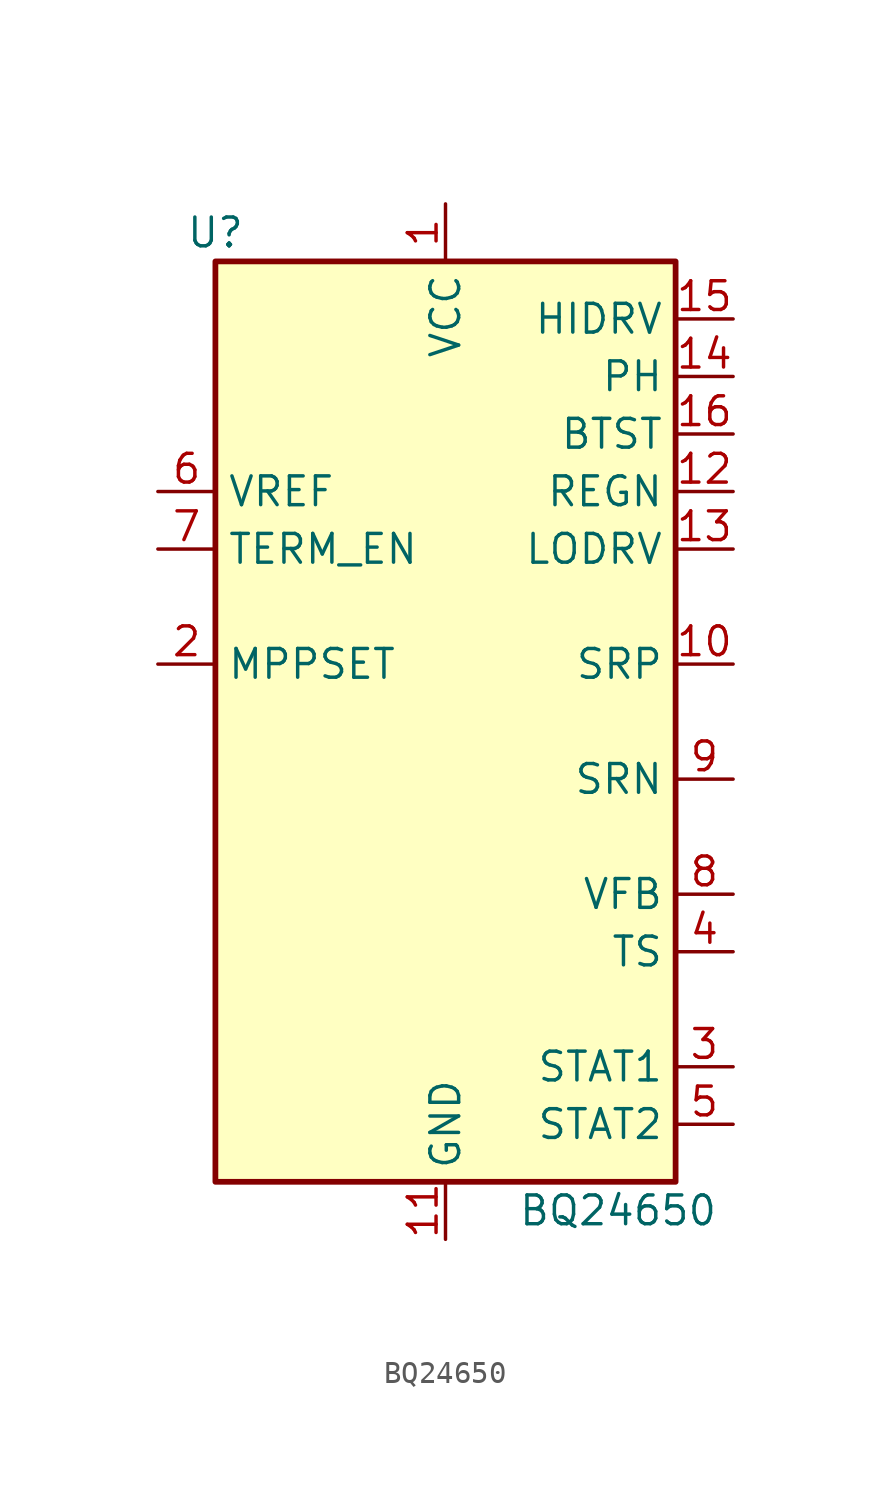
<source format=kicad_sym>
(kicad_symbol_lib
  (version 20231120)
  (generator "kicad_symbol_editor")
  (generator_version "8.0")
  (symbol "BQ24650"
    (property "Reference" "U"
      (at -10.16 26.67 0)
      (effects (font (size 1.27 1.27))))
    (property "Value" "BQ24650"
      (at 7.62 -16.51 0)
      (effects (font (size 1.27 1.27))))
    (symbol "BQ24650_1_1"
      (rectangle (start -10.16 25.4) (end 10.16 -15.24) (stroke (width 0.254) (type default)) (fill (type background)))
      (pin power_in line (at 0 27.94 270) (length 2.54) (name "VCC" (effects (font (size 1.27 1.27)))) (number "1" (effects (font (size 1.27 1.27)))))
      (pin input line (at 12.7 7.62 180) (length 2.54) (name "SRP" (effects (font (size 1.27 1.27)))) (number "10" (effects (font (size 1.27 1.27)))))
      (pin power_in line (at 0 -17.78 90) (length 2.54) (name "GND" (effects (font (size 1.27 1.27)))) (number "11" (effects (font (size 1.27 1.27)))))
      (pin output line (at 12.7 15.24 180) (length 2.54) (name "REGN" (effects (font (size 1.27 1.27)))) (number "12" (effects (font (size 1.27 1.27)))))
      (pin output line (at 12.7 12.7 180) (length 2.54) (name "LODRV" (effects (font (size 1.27 1.27)))) (number "13" (effects (font (size 1.27 1.27)))))
      (pin input line (at 12.7 20.32 180) (length 2.54) (name "PH" (effects (font (size 1.27 1.27)))) (number "14" (effects (font (size 1.27 1.27)))))
      (pin output line (at 12.7 22.86 180) (length 2.54) (name "HIDRV" (effects (font (size 1.27 1.27)))) (number "15" (effects (font (size 1.27 1.27)))))
      (pin output line (at 12.7 17.78 180) (length 2.54) (name "BTST" (effects (font (size 1.27 1.27)))) (number "16" (effects (font (size 1.27 1.27)))))
      (pin passive line (at 0 -17.78 90) (length 2.54) hide (name "GND" (effects (font (size 1.27 1.27)))) (number "17" (effects (font (size 1.27 1.27)))))
      (pin input line (at -12.7 7.62 0) (length 2.54) (name "MPPSET" (effects (font (size 1.27 1.27)))) (number "2" (effects (font (size 1.27 1.27)))))
      (pin open_collector line (at 12.7 -10.16 180) (length 2.54) (name "STAT1" (effects (font (size 1.27 1.27)))) (number "3" (effects (font (size 1.27 1.27)))))
      (pin input line (at 12.7 -5.08 180) (length 2.54) (name "TS" (effects (font (size 1.27 1.27)))) (number "4" (effects (font (size 1.27 1.27)))))
      (pin open_collector line (at 12.7 -12.7 180) (length 2.54) (name "STAT2" (effects (font (size 1.27 1.27)))) (number "5" (effects (font (size 1.27 1.27)))))
      (pin power_out line (at -12.7 15.24 0) (length 2.54) (name "VREF" (effects (font (size 1.27 1.27)))) (number "6" (effects (font (size 1.27 1.27)))))
      (pin input line (at -12.7 12.7 0) (length 2.54) (name "TERM_EN" (effects (font (size 1.27 1.27)))) (number "7" (effects (font (size 1.27 1.27)))))
      (pin input line (at 12.7 -2.54 180) (length 2.54) (name "VFB" (effects (font (size 1.27 1.27)))) (number "8" (effects (font (size 1.27 1.27)))))
      (pin input line (at 12.7 2.54 180) (length 2.54) (name "SRN" (effects (font (size 1.27 1.27)))) (number "9" (effects (font (size 1.27 1.27))))))))
</source>
